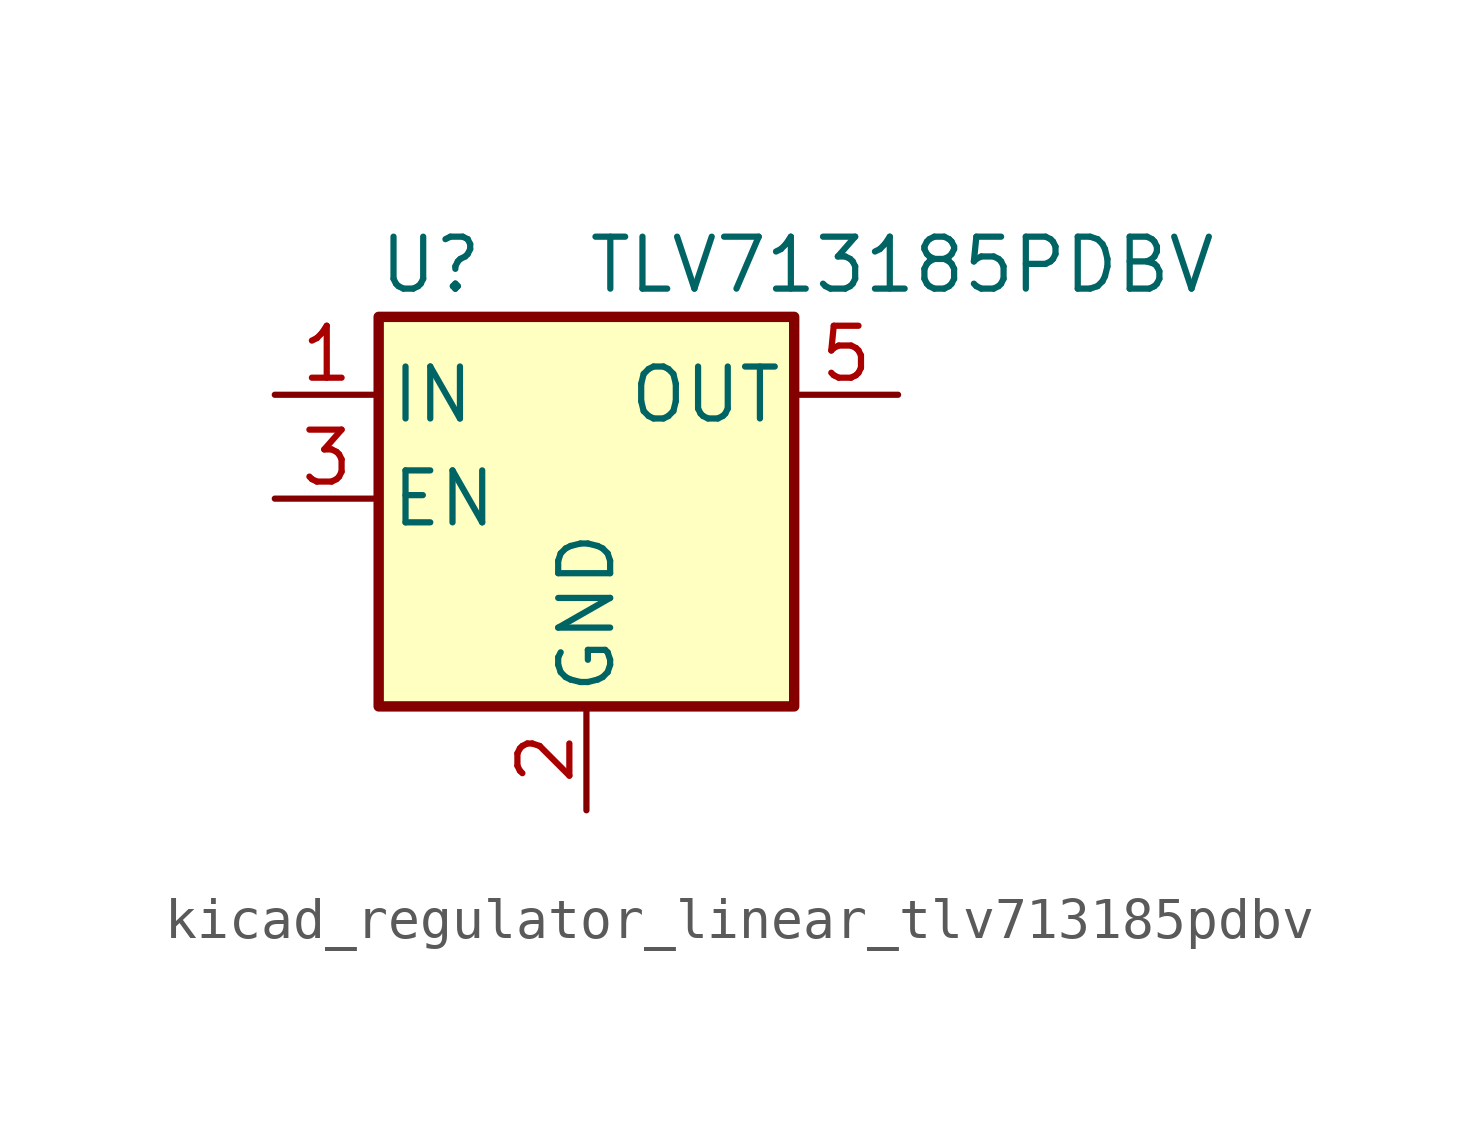
<source format=kicad_sym>
(kicad_symbol_lib
  (version 20220914)
  (generator kicad_symbol_editor)
  (symbol "kicad_regulator_linear_tlv713185pdbv"
    (pin_names
      (offset 0.254))
    (property "Reference" "U"
      (at -3.81 5.715 0)
      (effects (font (size 1.27 1.27))))
    (property "Value" "TLV713185PDBV"
      (at 0 5.715 0)
      (effects (font (size 1.27 1.27)) (justify left)))
    (symbol "kicad_regulator_linear_tlv713185pdbv_0_1"
      (rectangle (start -5.08 4.445) (end 5.08 -5.08) (stroke (width 0.254) (type default)) (fill (type background))))
    (symbol "kicad_regulator_linear_tlv713185pdbv_1_1"
      (pin power_in line (at -7.62 2.54 0) (length 2.54) (name "IN" (effects (font (size 1.27 1.27)))) (number "1" (effects (font (size 1.27 1.27)))))
      (pin power_in line (at 0 -7.62 90) (length 2.54) (name "GND" (effects (font (size 1.27 1.27)))) (number "2" (effects (font (size 1.27 1.27)))))
      (pin input line (at -7.62 0 0) (length 2.54) (name "EN" (effects (font (size 1.27 1.27)))) (number "3" (effects (font (size 1.27 1.27)))))
      (pin no_connect line (at 5.08 0 180) (length 2.54) hide (name "NC" (effects (font (size 1.27 1.27)))) (number "4" (effects (font (size 1.27 1.27)))))
      (pin power_out line (at 7.62 2.54 180) (length 2.54) (name "OUT" (effects (font (size 1.27 1.27)))) (number "5" (effects (font (size 1.27 1.27))))))))
</source>
